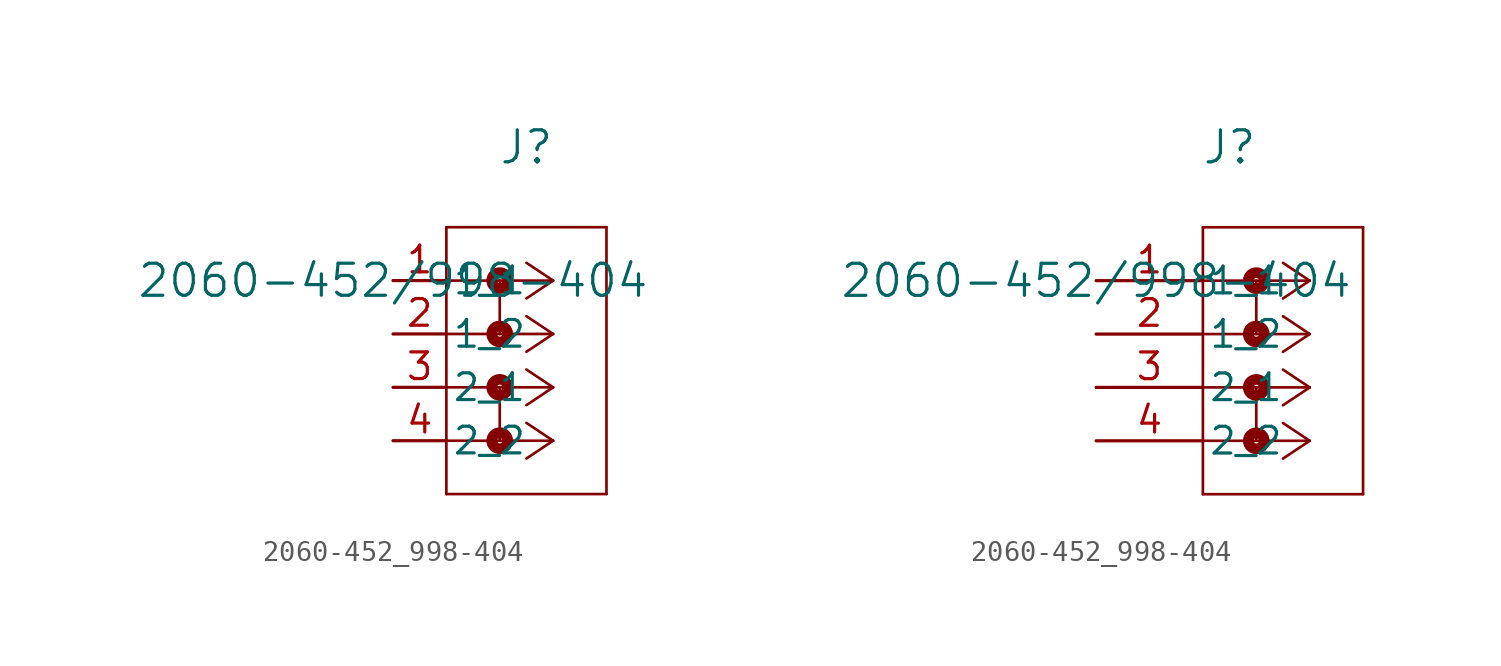
<source format=kicad_sym>
(kicad_symbol_lib
  (version 20231120)
  (generator "kicad_symbol_editor")
  (generator_version "8.0")
  (symbol "2060-452_998-404"
    (pin_names
      (offset 0.254))
    (property "Reference" "J"
      (at 6.35 6.35 0)
      (effects (font (size 1.524 1.524))))
    (property "Value" "2060-452/998-404"
      (at 0 0 0)
      (effects (font (size 1.524 1.524))))
    (symbol "2060-452_998-404_1_1"
      (polyline (pts (xy 2.54 -10.16) (xy 10.16 -10.16)) (stroke (width 0.127) (type default)) (fill (type none)))
      (polyline (pts (xy 2.54 2.54) (xy 2.54 -10.16)) (stroke (width 0.127) (type default)) (fill (type none)))
      (polyline (pts (xy 5.08 -5.08) (xy 5.08 -7.62)) (stroke (width 0.127) (type default)) (fill (type none)))
      (polyline (pts (xy 5.08 0) (xy 5.08 -2.54)) (stroke (width 0.127) (type default)) (fill (type none)))
      (polyline (pts (xy 7.62 -7.62) (xy 2.54 -7.62)) (stroke (width 0.127) (type default)) (fill (type none)))
      (polyline (pts (xy 7.62 -7.62) (xy 6.35 -8.467)) (stroke (width 0.127) (type default)) (fill (type none)))
      (polyline (pts (xy 7.62 -7.62) (xy 6.35 -6.773)) (stroke (width 0.127) (type default)) (fill (type none)))
      (polyline (pts (xy 7.62 -5.08) (xy 2.54 -5.08)) (stroke (width 0.127) (type default)) (fill (type none)))
      (polyline (pts (xy 7.62 -5.08) (xy 6.35 -5.927)) (stroke (width 0.127) (type default)) (fill (type none)))
      (polyline (pts (xy 7.62 -5.08) (xy 6.35 -4.233)) (stroke (width 0.127) (type default)) (fill (type none)))
      (polyline (pts (xy 7.62 -2.54) (xy 2.54 -2.54)) (stroke (width 0.127) (type default)) (fill (type none)))
      (polyline (pts (xy 7.62 -2.54) (xy 6.35 -3.387)) (stroke (width 0.127) (type default)) (fill (type none)))
      (polyline (pts (xy 7.62 -2.54) (xy 6.35 -1.693)) (stroke (width 0.127) (type default)) (fill (type none)))
      (polyline (pts (xy 7.62 0) (xy 2.54 0)) (stroke (width 0.127) (type default)) (fill (type none)))
      (polyline (pts (xy 7.62 0) (xy 6.35 -0.847)) (stroke (width 0.127) (type default)) (fill (type none)))
      (polyline (pts (xy 7.62 0) (xy 6.35 0.847)) (stroke (width 0.127) (type default)) (fill (type none)))
      (polyline (pts (xy 10.16 -10.16) (xy 10.16 2.54)) (stroke (width 0.127) (type default)) (fill (type none)))
      (polyline (pts (xy 10.16 2.54) (xy 2.54 2.54)) (stroke (width 0.127) (type default)) (fill (type none)))
      (circle (center 5.08 -7.62) (radius 0.127) (stroke (width 0.508) (type default)) (fill (type none)))
      (circle (center 5.08 -5.08) (radius 0.127) (stroke (width 0.508) (type default)) (fill (type none)))
      (circle (center 5.08 -2.54) (radius 0.127) (stroke (width 0.508) (type default)) (fill (type none)))
      (circle (center 5.08 0) (radius 0.127) (stroke (width 0.508) (type default)) (fill (type none)))
      (pin unspecified line (at 0 0 0) (length 2.54) (name "1_1" (effects (font (size 1.27 1.27)))) (number "1" (effects (font (size 1.27 1.27)))))
      (pin unspecified line (at 0 -2.54 0) (length 2.54) (name "1_2" (effects (font (size 1.27 1.27)))) (number "2" (effects (font (size 1.27 1.27)))))
      (pin unspecified line (at 0 -5.08 0) (length 2.54) (name "2_1" (effects (font (size 1.27 1.27)))) (number "3" (effects (font (size 1.27 1.27)))))
      (pin unspecified line (at 0 -7.62 0) (length 2.54) (name "2_2" (effects (font (size 1.27 1.27)))) (number "4" (effects (font (size 1.27 1.27))))))
    (symbol "2060-452_998-404_1_2"
      (polyline (pts (xy 5.08 -10.16) (xy 12.7 -10.16)) (stroke (width 0.127) (type default)) (fill (type none)))
      (polyline (pts (xy 5.08 2.54) (xy 5.08 -10.16)) (stroke (width 0.127) (type default)) (fill (type none)))
      (polyline (pts (xy 7.62 -5.08) (xy 7.62 -7.62)) (stroke (width 0.127) (type default)) (fill (type none)))
      (polyline (pts (xy 7.62 0) (xy 7.62 -2.54)) (stroke (width 0.127) (type default)) (fill (type none)))
      (polyline (pts (xy 10.16 -7.62) (xy 5.08 -7.62)) (stroke (width 0.127) (type default)) (fill (type none)))
      (polyline (pts (xy 10.16 -7.62) (xy 8.89 -8.467)) (stroke (width 0.127) (type default)) (fill (type none)))
      (polyline (pts (xy 10.16 -7.62) (xy 8.89 -6.773)) (stroke (width 0.127) (type default)) (fill (type none)))
      (polyline (pts (xy 10.16 -5.08) (xy 5.08 -5.08)) (stroke (width 0.127) (type default)) (fill (type none)))
      (polyline (pts (xy 10.16 -5.08) (xy 8.89 -5.927)) (stroke (width 0.127) (type default)) (fill (type none)))
      (polyline (pts (xy 10.16 -5.08) (xy 8.89 -4.233)) (stroke (width 0.127) (type default)) (fill (type none)))
      (polyline (pts (xy 10.16 -2.54) (xy 5.08 -2.54)) (stroke (width 0.127) (type default)) (fill (type none)))
      (polyline (pts (xy 10.16 -2.54) (xy 8.89 -3.387)) (stroke (width 0.127) (type default)) (fill (type none)))
      (polyline (pts (xy 10.16 -2.54) (xy 8.89 -1.693)) (stroke (width 0.127) (type default)) (fill (type none)))
      (polyline (pts (xy 10.16 0) (xy 5.08 0)) (stroke (width 0.127) (type default)) (fill (type none)))
      (polyline (pts (xy 10.16 0) (xy 8.89 -0.847)) (stroke (width 0.127) (type default)) (fill (type none)))
      (polyline (pts (xy 10.16 0) (xy 8.89 0.847)) (stroke (width 0.127) (type default)) (fill (type none)))
      (polyline (pts (xy 12.7 -10.16) (xy 12.7 2.54)) (stroke (width 0.127) (type default)) (fill (type none)))
      (polyline (pts (xy 12.7 2.54) (xy 5.08 2.54)) (stroke (width 0.127) (type default)) (fill (type none)))
      (circle (center 7.62 -7.62) (radius 0.127) (stroke (width 0.508) (type default)) (fill (type none)))
      (circle (center 7.62 -5.08) (radius 0.127) (stroke (width 0.508) (type default)) (fill (type none)))
      (circle (center 7.62 -2.54) (radius 0.127) (stroke (width 0.508) (type default)) (fill (type none)))
      (circle (center 7.62 0) (radius 0.127) (stroke (width 0.508) (type default)) (fill (type none)))
      (pin unspecified line (at 0 0 0) (length 5.08) (name "1_1" (effects (font (size 1.27 1.27)))) (number "1" (effects (font (size 1.27 1.27)))))
      (pin unspecified line (at 0 -2.54 0) (length 5.08) (name "1_2" (effects (font (size 1.27 1.27)))) (number "2" (effects (font (size 1.27 1.27)))))
      (pin unspecified line (at 0 -5.08 0) (length 5.08) (name "2_1" (effects (font (size 1.27 1.27)))) (number "3" (effects (font (size 1.27 1.27)))))
      (pin unspecified line (at 0 -7.62 0) (length 5.08) (name "2_2" (effects (font (size 1.27 1.27)))) (number "4" (effects (font (size 1.27 1.27))))))))
</source>
